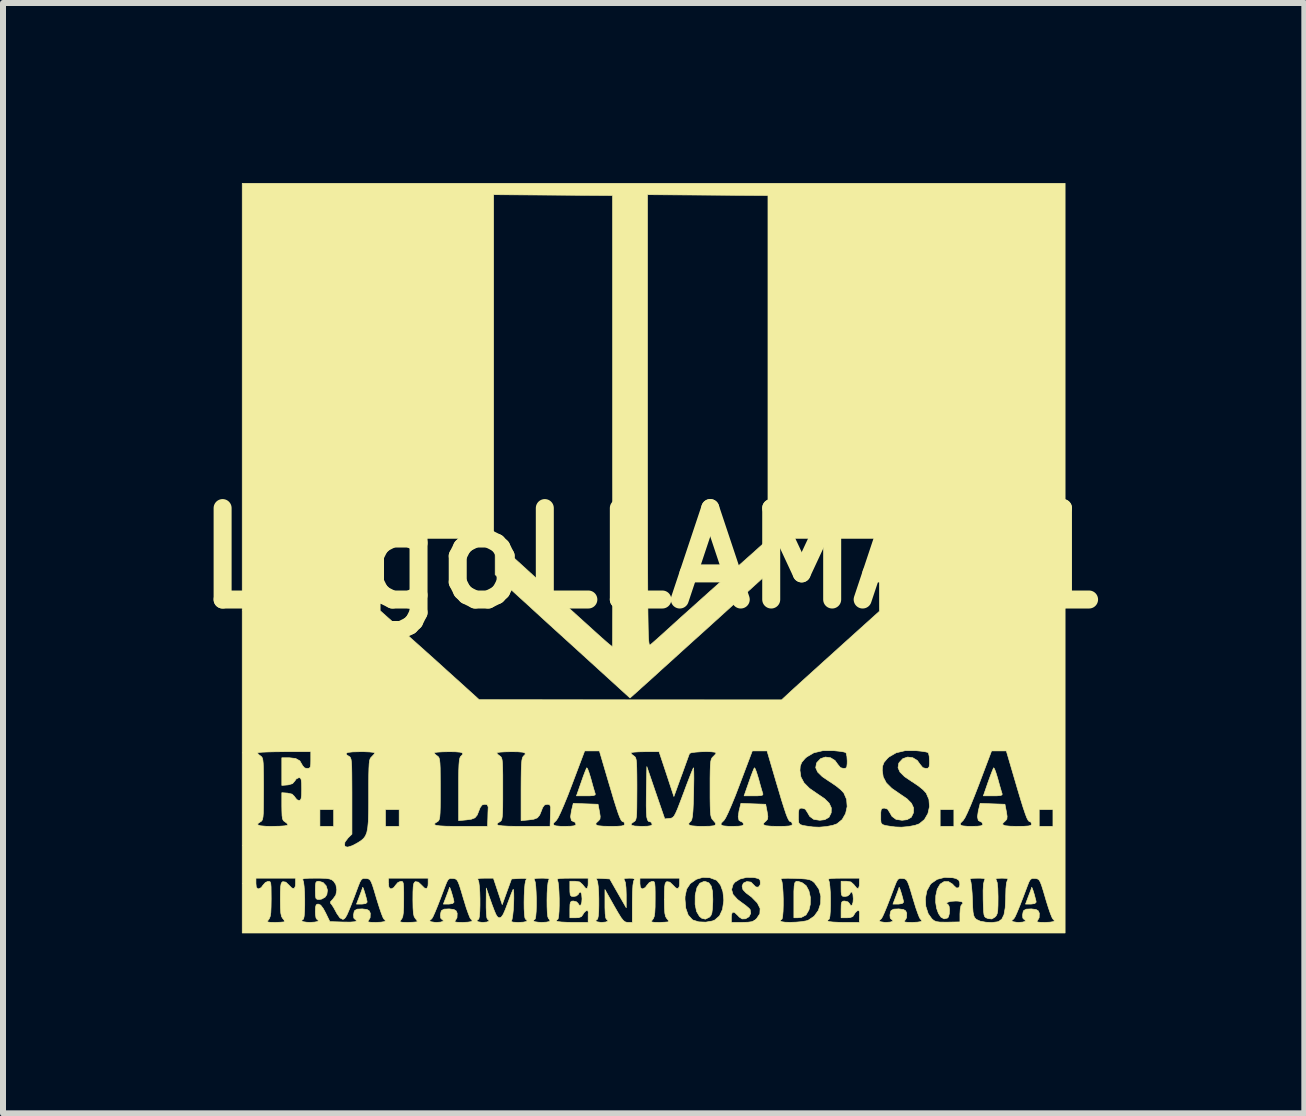
<source format=kicad_pcb>
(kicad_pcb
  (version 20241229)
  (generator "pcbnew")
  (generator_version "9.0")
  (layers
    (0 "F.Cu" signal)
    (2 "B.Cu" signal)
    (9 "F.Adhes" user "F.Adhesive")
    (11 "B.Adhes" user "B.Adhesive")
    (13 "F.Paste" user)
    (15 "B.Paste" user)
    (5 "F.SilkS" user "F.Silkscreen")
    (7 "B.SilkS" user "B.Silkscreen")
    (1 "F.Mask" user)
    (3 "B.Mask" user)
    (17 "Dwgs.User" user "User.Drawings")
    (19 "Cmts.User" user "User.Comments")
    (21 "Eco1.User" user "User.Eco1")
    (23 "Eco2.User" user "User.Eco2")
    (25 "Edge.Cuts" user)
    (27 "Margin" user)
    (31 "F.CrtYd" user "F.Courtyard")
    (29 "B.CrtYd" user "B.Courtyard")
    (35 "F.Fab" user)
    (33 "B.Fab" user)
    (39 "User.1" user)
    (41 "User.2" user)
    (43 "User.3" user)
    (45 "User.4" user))
  (footprint "LogoLLAMAS1"
    (layer "F.Cu")
    (at 7.845 6.253)
    (property "Reference" "LogoLLAMAS1" (at 0 0 0) (layer "F.SilkS") (effects (font (size 1.524 1.524) (thickness 0.3))))
    (attr through_hole)
    (fp_poly (pts (xy -4.842 5.497) (xy -4.827 5.54) (xy -4.808 5.602) (xy -4.79 5.666) (xy -4.778 5.716) (xy -4.776 5.734) (xy -4.798 5.757) (xy -4.861 5.766) (xy -4.864 5.766) (xy -4.953 5.766) (xy -4.902 5.632) (xy -4.874 5.557) (xy -4.855 5.504) (xy -4.85 5.486) (xy -4.842 5.497)) (stroke (width 0.01) (type solid)) (fill yes) (layer "F.SilkS"))
    (fp_poly (pts (xy -3.395 5.497) (xy -3.379 5.54) (xy -3.36 5.602) (xy -3.342 5.666) (xy -3.33 5.716) (xy -3.328 5.734) (xy -3.351 5.757) (xy -3.413 5.766) (xy -3.416 5.766) (xy -3.505 5.766) (xy -3.454 5.632) (xy -3.426 5.557) (xy -3.407 5.504) (xy -3.402 5.486) (xy -3.395 5.497)) (stroke (width 0.01) (type solid)) (fill yes) (layer "F.SilkS"))
    (fp_poly (pts (xy 4.098 5.497) (xy 4.114 5.54) (xy 4.133 5.602) (xy 4.151 5.666) (xy 4.163 5.716) (xy 4.165 5.734) (xy 4.142 5.757) (xy 4.08 5.766) (xy 4.077 5.766) (xy 3.988 5.766) (xy 4.039 5.632) (xy 4.067 5.557) (xy 4.086 5.504) (xy 4.091 5.486) (xy 4.098 5.497)) (stroke (width 0.01) (type solid)) (fill yes) (layer "F.SilkS"))
    (fp_poly (pts (xy 6.308 5.497) (xy 6.324 5.54) (xy 6.343 5.602) (xy 6.36 5.666) (xy 6.373 5.716) (xy 6.375 5.734) (xy 6.352 5.757) (xy 6.29 5.766) (xy 6.287 5.766) (xy 6.198 5.766) (xy 6.248 5.632) (xy 6.277 5.557) (xy 6.296 5.504) (xy 6.301 5.486) (xy 6.308 5.497)) (stroke (width 0.01) (type solid)) (fill yes) (layer "F.SilkS"))
    (fp_poly (pts (xy -5.509 5.407) (xy -5.459 5.461) (xy -5.437 5.533) (xy -5.447 5.607) (xy -5.476 5.65) (xy -5.532 5.682) (xy -5.577 5.69) (xy -5.611 5.686) (xy -5.63 5.668) (xy -5.637 5.623) (xy -5.639 5.539) (xy -5.639 5.537) (xy -5.637 5.453) (xy -5.63 5.407) (xy -5.612 5.388) (xy -5.579 5.385) (xy -5.509 5.407)) (stroke (width 0.01) (type solid)) (fill yes) (layer "F.SilkS"))
    (fp_poly (pts (xy 2.41 5.388) (xy 2.462 5.405) (xy 2.476 5.41) (xy 2.542 5.46) (xy 2.588 5.546) (xy 2.612 5.654) (xy 2.61 5.773) (xy 2.588 5.864) (xy 2.539 5.947) (xy 2.462 5.988) (xy 2.402 5.994) (xy 2.337 5.994) (xy 2.337 5.69) (xy 2.337 5.555) (xy 2.342 5.464) (xy 2.353 5.41) (xy 2.375 5.387) (xy 2.41 5.388)) (stroke (width 0.01) (type solid)) (fill yes) (layer "F.SilkS"))
    (fp_poly (pts (xy -1.102 3.51) (xy -1.081 3.564) (xy -1.055 3.647) (xy -1.044 3.684) (xy -1.017 3.783) (xy -0.993 3.866) (xy -0.977 3.918) (xy -0.974 3.925) (xy -0.975 3.946) (xy -1.004 3.957) (xy -1.07 3.962) (xy -1.124 3.962) (xy -1.287 3.962) (xy -1.208 3.736) (xy -1.173 3.636) (xy -1.142 3.555) (xy -1.121 3.505) (xy -1.115 3.494) (xy -1.102 3.51)) (stroke (width 0.01) (type solid)) (fill yes) (layer "F.SilkS"))
    (fp_poly (pts (xy 1.692 3.51) (xy 1.713 3.564) (xy 1.739 3.647) (xy 1.75 3.684) (xy 1.777 3.783) (xy 1.801 3.866) (xy 1.817 3.918) (xy 1.82 3.925) (xy 1.819 3.946) (xy 1.79 3.957) (xy 1.724 3.962) (xy 1.67 3.962) (xy 1.507 3.962) (xy 1.586 3.736) (xy 1.621 3.636) (xy 1.652 3.555) (xy 1.673 3.505) (xy 1.679 3.494) (xy 1.692 3.51)) (stroke (width 0.01) (type solid)) (fill yes) (layer "F.SilkS"))
    (fp_poly (pts (xy 5.68 3.51) (xy 5.701 3.564) (xy 5.727 3.647) (xy 5.738 3.684) (xy 5.765 3.783) (xy 5.789 3.866) (xy 5.805 3.918) (xy 5.808 3.925) (xy 5.807 3.946) (xy 5.778 3.957) (xy 5.712 3.962) (xy 5.658 3.962) (xy 5.495 3.962) (xy 5.573 3.736) (xy 5.609 3.636) (xy 5.64 3.555) (xy 5.661 3.505) (xy 5.667 3.494) (xy 5.68 3.51)) (stroke (width 0.01) (type solid)) (fill yes) (layer "F.SilkS"))
    (fp_poly (pts (xy 0.862 5.39) (xy 0.92 5.412) (xy 0.959 5.465) (xy 0.981 5.555) (xy 0.986 5.687) (xy 0.985 5.736) (xy 0.979 5.846) (xy 0.97 5.916) (xy 0.953 5.958) (xy 0.929 5.984) (xy 0.862 6.017) (xy 0.803 6.003) (xy 0.763 5.97) (xy 0.715 5.889) (xy 0.691 5.771) (xy 0.692 5.626) (xy 0.694 5.608) (xy 0.722 5.491) (xy 0.77 5.418) (xy 0.837 5.389) (xy 0.862 5.39)) (stroke (width 0.01) (type solid)) (fill yes) (layer "F.SilkS"))
    (fp_poly (pts (xy 6.858 6.248) (xy -6.858 6.248) (xy -6.858 5.334) (xy -6.629 5.334) (xy -6.629 5.423) (xy -6.623 5.485) (xy -6.599 5.51) (xy -6.585 5.512) (xy -6.541 5.491) (xy -6.515 5.455) (xy -6.473 5.407) (xy -6.433 5.389) (xy -6.408 5.388) (xy -6.392 5.396) (xy -6.382 5.423) (xy -6.377 5.478) (xy -6.376 5.567) (xy -6.375 5.679) (xy -6.377 5.814) (xy -6.381 5.908) (xy -6.391 5.97) (xy -6.406 6.008) (xy -6.417 6.024) (xy -6.437 6.05) (xy -6.433 6.063) (xy -6.396 6.069) (xy -6.318 6.071) (xy -6.303 6.071) (xy -6.222 6.068) (xy -6.165 6.063) (xy -6.147 6.056) (xy -6.153 6.045) (xy -5.867 6.045) (xy -5.844 6.059) (xy -5.785 6.068) (xy -5.728 6.071) (xy -5.651 6.066) (xy -5.6 6.056) (xy -5.588 6.045) (xy -5.607 6.021) (xy -5.613 6.02) (xy -5.628 5.997) (xy -5.637 5.939) (xy -5.639 5.893) (xy -5.636 5.817) (xy -5.625 5.778) (xy -5.6 5.766) (xy -5.589 5.766) (xy -5.55 5.783) (xy -5.507 5.84) (xy -5.468 5.912) (xy -5.397 6.058) (xy -5.175 6.065) (xy -5.058 6.066) (xy -4.983 6.06) (xy -4.953 6.048) (xy -4.953 6.046) (xy -4.972 6.021) (xy -4.978 6.02) (xy -4.998 5.999) (xy -5.003 5.95) (xy -4.993 5.896) (xy -4.982 5.872) (xy -4.939 5.85) (xy -4.855 5.846) (xy -4.85 5.847) (xy -4.778 5.856) (xy -4.741 5.878) (xy -4.723 5.918) (xy -4.726 5.993) (xy -4.745 6.026) (xy -4.762 6.05) (xy -4.755 6.064) (xy -4.714 6.069) (xy -4.632 6.071) (xy -4.627 6.071) (xy -4.545 6.067) (xy -4.489 6.058) (xy -4.47 6.047) (xy -4.49 6.018) (xy -4.496 6.016) (xy -4.512 5.989) (xy -4.538 5.923) (xy -4.571 5.827) (xy -4.608 5.709) (xy -4.618 5.677) (xy -4.657 5.545) (xy -4.686 5.453) (xy -4.709 5.395) (xy -4.73 5.362) (xy -4.753 5.346) (xy -4.783 5.34) (xy -4.793 5.339) (xy -4.839 5.338) (xy -4.869 5.354) (xy -4.895 5.397) (xy -4.924 5.469) (xy -4.99 5.646) (xy -5.042 5.78) (xy -5.082 5.878) (xy -5.112 5.946) (xy -5.136 5.988) (xy -5.155 6.01) (xy -5.174 6.019) (xy -5.183 6.02) (xy -5.229 5.996) (xy -5.28 5.923) (xy -5.295 5.895) (xy -5.335 5.822) (xy -5.37 5.769) (xy -5.385 5.753) (xy -5.387 5.728) (xy -5.35 5.688) (xy -5.348 5.686) (xy -5.298 5.617) (xy -5.281 5.529) (xy -5.297 5.441) (xy -5.334 5.385) (xy -5.365 5.361) (xy -5.406 5.346) (xy -5.469 5.337) (xy -5.566 5.334) (xy -5.631 5.334) (xy -4.42 5.334) (xy -4.42 5.423) (xy -4.413 5.485) (xy -4.39 5.51) (xy -4.375 5.512) (xy -4.331 5.491) (xy -4.305 5.455) (xy -4.264 5.407) (xy -4.223 5.389) (xy -4.198 5.388) (xy -4.182 5.396) (xy -4.173 5.423) (xy -4.168 5.478) (xy -4.166 5.567) (xy -4.166 5.679) (xy -4.167 5.814) (xy -4.172 5.908) (xy -4.181 5.97) (xy -4.196 6.008) (xy -4.208 6.024) (xy -4.228 6.05) (xy -4.223 6.063) (xy -4.186 6.069) (xy -4.108 6.071) (xy -4.093 6.071) (xy -4.012 6.068) (xy -3.955 6.063) (xy -3.937 6.056) (xy -3.943 6.045) (xy -3.734 6.045) (xy -3.711 6.06) (xy -3.654 6.069) (xy -3.619 6.071) (xy -3.551 6.066) (xy -3.51 6.053) (xy -3.505 6.045) (xy -3.525 6.021) (xy -3.531 6.02) (xy -3.55 5.999) (xy -3.555 5.95) (xy -3.545 5.896) (xy -3.534 5.872) (xy -3.491 5.85) (xy -3.407 5.846) (xy -3.402 5.847) (xy -3.33 5.856) (xy -3.293 5.878) (xy -3.275 5.918) (xy -3.278 5.993) (xy -3.297 6.026) (xy -3.314 6.05) (xy -3.307 6.064) (xy -3.267 6.069) (xy -3.185 6.071) (xy -3.179 6.071) (xy -3.097 6.067) (xy -3.041 6.058) (xy -3.023 6.047) (xy -3.024 6.045) (xy -2.946 6.045) (xy -2.924 6.061) (xy -2.868 6.07) (xy -2.845 6.071) (xy -2.781 6.065) (xy -2.746 6.051) (xy -2.743 6.045) (xy -2.763 6.021) (xy -2.769 6.02) (xy -2.78 5.996) (xy -2.788 5.927) (xy -2.792 5.822) (xy -2.792 5.759) (xy -2.79 5.499) (xy -2.742 5.639) (xy -2.693 5.777) (xy -2.656 5.875) (xy -2.629 5.938) (xy -2.607 5.974) (xy -2.586 5.991) (xy -2.566 5.994) (xy -2.539 5.981) (xy -2.508 5.937) (xy -2.472 5.855) (xy -2.441 5.772) (xy -2.403 5.671) (xy -2.371 5.587) (xy -2.348 5.533) (xy -2.342 5.52) (xy -2.336 5.531) (xy -2.332 5.584) (xy -2.331 5.669) (xy -2.333 5.749) (xy -2.339 5.861) (xy -2.349 5.955) (xy -2.36 6.019) (xy -2.368 6.039) (xy -2.372 6.057) (xy -2.342 6.067) (xy -2.269 6.071) (xy -2.251 6.071) (xy -2.174 6.067) (xy -2.122 6.056) (xy -2.108 6.045) (xy -2.007 6.045) (xy -1.984 6.059) (xy -1.924 6.068) (xy -1.867 6.071) (xy -1.79 6.067) (xy -1.74 6.057) (xy -1.727 6.047) (xy -1.728 6.045) (xy -1.626 6.045) (xy -1.601 6.057) (xy -1.533 6.065) (xy -1.428 6.07) (xy -1.359 6.071) (xy -1.092 6.071) (xy -1.092 6.045) (xy -0.965 6.045) (xy -0.943 6.061) (xy -0.886 6.07) (xy -0.864 6.071) (xy -0.8 6.065) (xy -0.765 6.051) (xy -0.762 6.045) (xy -0.781 6.021) (xy -0.787 6.02) (xy -0.799 5.996) (xy -0.808 5.928) (xy -0.812 5.825) (xy -0.812 5.772) (xy -0.812 5.524) (xy -0.658 5.798) (xy -0.592 5.912) (xy -0.544 5.99) (xy -0.507 6.037) (xy -0.477 6.061) (xy -0.446 6.07) (xy -0.429 6.071) (xy -0.356 6.071) (xy -0.356 5.733) (xy -0.353 5.568) (xy -0.346 5.452) (xy -0.335 5.384) (xy -0.325 5.364) (xy -0.317 5.345) (xy -0.346 5.336) (xy -0.406 5.334) (xy -0.229 5.334) (xy -0.229 5.423) (xy -0.222 5.485) (xy -0.199 5.51) (xy -0.184 5.512) (xy -0.14 5.491) (xy -0.114 5.455) (xy -0.073 5.407) (xy -0.032 5.389) (xy -0.007 5.388) (xy 0.009 5.396) (xy 0.018 5.423) (xy 0.023 5.478) (xy 0.025 5.567) (xy 0.025 5.679) (xy 0.024 5.814) (xy 0.019 5.908) (xy 0.01 5.97) (xy -0.005 6.008) (xy -0.017 6.024) (xy -0.037 6.05) (xy -0.032 6.063) (xy 0.005 6.069) (xy 0.083 6.071) (xy 0.098 6.071) (xy 0.179 6.068) (xy 0.236 6.063) (xy 0.254 6.056) (xy 0.238 6.029) (xy 0.216 6.003) (xy 0.198 5.972) (xy 0.186 5.917) (xy 0.18 5.828) (xy 0.178 5.698) (xy 0.178 5.687) (xy 0.178 5.684) (xy 0.522 5.684) (xy 0.535 5.834) (xy 0.576 5.949) (xy 0.643 6.024) (xy 0.658 6.033) (xy 0.752 6.062) (xy 0.867 6.067) (xy 0.977 6.048) (xy 1.019 6.031) (xy 1.075 5.982) (xy 1.295 5.982) (xy 1.295 6.071) (xy 1.474 6.071) (xy 1.573 6.068) (xy 1.637 6.059) (xy 1.666 6.045) (xy 2.108 6.045) (xy 2.131 6.059) (xy 2.191 6.068) (xy 2.276 6.07) (xy 2.371 6.067) (xy 2.463 6.059) (xy 2.54 6.046) (xy 2.543 6.045) (xy 2.896 6.045) (xy 2.92 6.057) (xy 2.988 6.065) (xy 3.093 6.07) (xy 3.162 6.071) (xy 3.429 6.071) (xy 3.429 6.045) (xy 3.759 6.045) (xy 3.782 6.06) (xy 3.839 6.069) (xy 3.873 6.071) (xy 3.942 6.066) (xy 3.983 6.053) (xy 3.988 6.045) (xy 3.968 6.021) (xy 3.962 6.02) (xy 3.943 5.999) (xy 3.938 5.95) (xy 3.948 5.896) (xy 3.959 5.872) (xy 4.002 5.85) (xy 4.086 5.846) (xy 4.091 5.847) (xy 4.163 5.856) (xy 4.2 5.878) (xy 4.218 5.918) (xy 4.215 5.993) (xy 4.196 6.026) (xy 4.179 6.05) (xy 4.186 6.064) (xy 4.226 6.069) (xy 4.308 6.071) (xy 4.314 6.071) (xy 4.396 6.067) (xy 4.452 6.058) (xy 4.47 6.047) (xy 4.451 6.018) (xy 4.445 6.016) (xy 4.429 5.989) (xy 4.403 5.923) (xy 4.369 5.827) (xy 4.333 5.709) (xy 4.323 5.677) (xy 4.321 5.67) (xy 4.529 5.67) (xy 4.536 5.803) (xy 4.576 5.926) (xy 4.636 6.01) (xy 4.672 6.041) (xy 4.712 6.058) (xy 4.771 6.066) (xy 4.863 6.067) (xy 4.901 6.067) (xy 5.105 6.063) (xy 5.105 5.929) (xy 5.11 5.85) (xy 5.121 5.794) (xy 5.131 5.779) (xy 5.157 5.75) (xy 5.137 5.728) (xy 5.074 5.716) (xy 5.031 5.715) (xy 4.955 5.72) (xy 4.902 5.734) (xy 4.88 5.751) (xy 4.9 5.769) (xy 4.905 5.771) (xy 4.924 5.801) (xy 4.932 5.859) (xy 4.928 5.926) (xy 4.913 5.98) (xy 4.898 5.998) (xy 4.841 6.012) (xy 4.789 5.984) (xy 4.747 5.923) (xy 4.716 5.837) (xy 4.7 5.736) (xy 4.702 5.627) (xy 4.726 5.519) (xy 4.727 5.515) (xy 4.775 5.433) (xy 4.841 5.391) (xy 4.914 5.391) (xy 4.983 5.434) (xy 5 5.455) (xy 5.048 5.498) (xy 5.085 5.494) (xy 5.103 5.449) (xy 5.101 5.407) (xy 5.084 5.366) (xy 5.076 5.361) (xy 5.274 5.361) (xy 5.278 5.366) (xy 5.289 5.403) (xy 5.299 5.479) (xy 5.308 5.583) (xy 5.313 5.686) (xy 5.317 5.812) (xy 5.323 5.897) (xy 5.333 5.952) (xy 5.348 5.988) (xy 5.371 6.014) (xy 5.381 6.022) (xy 5.444 6.051) (xy 5.537 6.068) (xy 5.638 6.073) (xy 5.727 6.062) (xy 5.752 6.055) (xy 5.765 6.045) (xy 5.969 6.045) (xy 5.992 6.06) (xy 6.049 6.069) (xy 6.083 6.071) (xy 6.151 6.066) (xy 6.192 6.053) (xy 6.198 6.045) (xy 6.178 6.021) (xy 6.172 6.02) (xy 6.153 5.999) (xy 6.148 5.95) (xy 6.158 5.896) (xy 6.169 5.872) (xy 6.212 5.85) (xy 6.296 5.846) (xy 6.301 5.847) (xy 6.373 5.856) (xy 6.41 5.878) (xy 6.428 5.918) (xy 6.425 5.993) (xy 6.406 6.026) (xy 6.389 6.05) (xy 6.396 6.064) (xy 6.436 6.069) (xy 6.518 6.071) (xy 6.524 6.071) (xy 6.605 6.067) (xy 6.662 6.058) (xy 6.68 6.047) (xy 6.661 6.018) (xy 6.655 6.016) (xy 6.639 5.989) (xy 6.612 5.923) (xy 6.579 5.827) (xy 6.542 5.709) (xy 6.533 5.677) (xy 6.494 5.545) (xy 6.465 5.453) (xy 6.442 5.395) (xy 6.421 5.362) (xy 6.397 5.346) (xy 6.368 5.34) (xy 6.357 5.339) (xy 6.312 5.338) (xy 6.281 5.354) (xy 6.255 5.397) (xy 6.227 5.469) (xy 6.156 5.657) (xy 6.1 5.801) (xy 6.057 5.905) (xy 6.026 5.974) (xy 6.004 6.01) (xy 5.993 6.02) (xy 5.97 6.039) (xy 5.969 6.045) (xy 5.765 6.045) (xy 5.803 6.016) (xy 5.839 5.942) (xy 5.859 5.829) (xy 5.867 5.671) (xy 5.867 5.645) (xy 5.871 5.509) (xy 5.88 5.415) (xy 5.896 5.367) (xy 5.898 5.364) (xy 5.906 5.346) (xy 5.877 5.337) (xy 5.804 5.334) (xy 5.804 5.334) (xy 5.731 5.337) (xy 5.702 5.346) (xy 5.71 5.364) (xy 5.71 5.364) (xy 5.726 5.408) (xy 5.736 5.5) (xy 5.74 5.637) (xy 5.74 5.665) (xy 5.739 5.788) (xy 5.735 5.871) (xy 5.726 5.924) (xy 5.71 5.959) (xy 5.689 5.982) (xy 5.637 6.014) (xy 5.577 6.008) (xy 5.568 6.005) (xy 5.538 5.993) (xy 5.518 5.976) (xy 5.506 5.944) (xy 5.499 5.888) (xy 5.495 5.799) (xy 5.492 5.693) (xy 5.491 5.538) (xy 5.497 5.432) (xy 5.511 5.375) (xy 5.514 5.369) (xy 5.523 5.349) (xy 5.502 5.339) (xy 5.443 5.334) (xy 5.397 5.334) (xy 5.316 5.336) (xy 5.277 5.345) (xy 5.274 5.361) (xy 5.076 5.361) (xy 5.04 5.34) (xy 4.986 5.327) (xy 4.85 5.321) (xy 4.726 5.353) (xy 4.627 5.421) (xy 4.613 5.436) (xy 4.554 5.543) (xy 4.529 5.67) (xy 4.321 5.67) (xy 4.284 5.545) (xy 4.255 5.453) (xy 4.232 5.395) (xy 4.211 5.362) (xy 4.188 5.346) (xy 4.158 5.34) (xy 4.148 5.339) (xy 4.102 5.338) (xy 4.071 5.354) (xy 4.046 5.397) (xy 4.017 5.469) (xy 3.946 5.657) (xy 3.89 5.801) (xy 3.847 5.905) (xy 3.816 5.974) (xy 3.795 6.01) (xy 3.783 6.02) (xy 3.76 6.039) (xy 3.759 6.045) (xy 3.429 6.045) (xy 3.429 5.994) (xy 3.43 5.934) (xy 3.431 5.9) (xy 3.421 5.873) (xy 3.392 5.879) (xy 3.359 5.911) (xy 3.349 5.929) (xy 3.319 5.974) (xy 3.27 5.992) (xy 3.222 5.994) (xy 3.124 5.994) (xy 3.124 5.855) (xy 3.126 5.775) (xy 3.135 5.733) (xy 3.156 5.717) (xy 3.185 5.715) (xy 3.238 5.729) (xy 3.26 5.753) (xy 3.285 5.79) (xy 3.307 5.783) (xy 3.323 5.736) (xy 3.327 5.677) (xy 3.321 5.603) (xy 3.305 5.565) (xy 3.284 5.57) (xy 3.267 5.601) (xy 3.234 5.63) (xy 3.188 5.639) (xy 3.15 5.635) (xy 3.131 5.614) (xy 3.125 5.564) (xy 3.124 5.512) (xy 3.124 5.385) (xy 3.213 5.385) (xy 3.288 5.397) (xy 3.338 5.442) (xy 3.342 5.448) (xy 3.385 5.5) (xy 3.414 5.504) (xy 3.428 5.459) (xy 3.429 5.423) (xy 3.429 5.334) (xy 3.157 5.334) (xy 3.035 5.335) (xy 2.957 5.339) (xy 2.918 5.347) (xy 2.912 5.36) (xy 2.916 5.364) (xy 2.928 5.4) (xy 2.937 5.471) (xy 2.944 5.567) (xy 2.947 5.676) (xy 2.947 5.787) (xy 2.944 5.887) (xy 2.938 5.966) (xy 2.928 6.013) (xy 2.921 6.02) (xy 2.896 6.039) (xy 2.896 6.045) (xy 2.543 6.045) (xy 2.575 6.036) (xy 2.675 5.968) (xy 2.745 5.871) (xy 2.783 5.755) (xy 2.786 5.632) (xy 2.753 5.514) (xy 2.682 5.413) (xy 2.677 5.408) (xy 2.642 5.379) (xy 2.602 5.361) (xy 2.544 5.349) (xy 2.457 5.342) (xy 2.354 5.338) (xy 2.237 5.335) (xy 2.163 5.337) (xy 2.127 5.343) (xy 2.122 5.355) (xy 2.127 5.362) (xy 2.14 5.398) (xy 2.149 5.47) (xy 2.156 5.567) (xy 2.16 5.676) (xy 2.16 5.786) (xy 2.157 5.887) (xy 2.15 5.966) (xy 2.141 6.013) (xy 2.134 6.02) (xy 2.109 6.039) (xy 2.108 6.045) (xy 1.666 6.045) (xy 1.681 6.038) (xy 1.716 6.008) (xy 1.77 5.926) (xy 1.774 5.839) (xy 1.728 5.747) (xy 1.632 5.649) (xy 1.539 5.579) (xy 1.488 5.525) (xy 1.474 5.466) (xy 1.496 5.416) (xy 1.553 5.39) (xy 1.555 5.39) (xy 1.622 5.4) (xy 1.656 5.434) (xy 1.702 5.48) (xy 1.745 5.484) (xy 1.774 5.447) (xy 1.778 5.413) (xy 1.773 5.366) (xy 1.749 5.342) (xy 1.692 5.327) (xy 1.668 5.323) (xy 1.547 5.321) (xy 1.438 5.349) (xy 1.354 5.401) (xy 1.323 5.44) (xy 1.299 5.524) (xy 1.323 5.606) (xy 1.397 5.688) (xy 1.461 5.736) (xy 1.533 5.788) (xy 1.587 5.834) (xy 1.608 5.857) (xy 1.618 5.92) (xy 1.589 5.977) (xy 1.531 6.011) (xy 1.474 6.013) (xy 1.425 5.981) (xy 1.407 5.96) (xy 1.351 5.907) (xy 1.315 5.899) (xy 1.298 5.939) (xy 1.295 5.982) (xy 1.075 5.982) (xy 1.097 5.963) (xy 1.147 5.855) (xy 1.168 5.714) (xy 1.168 5.688) (xy 1.154 5.558) (xy 1.115 5.45) (xy 1.056 5.375) (xy 1.043 5.366) (xy 0.936 5.326) (xy 0.818 5.321) (xy 0.713 5.352) (xy 0.61 5.424) (xy 0.549 5.517) (xy 0.523 5.64) (xy 0.522 5.684) (xy 0.178 5.684) (xy 0.179 5.562) (xy 0.183 5.479) (xy 0.191 5.428) (xy 0.205 5.402) (xy 0.22 5.392) (xy 0.269 5.4) (xy 0.316 5.444) (xy 0.371 5.499) (xy 0.409 5.506) (xy 0.429 5.467) (xy 0.432 5.423) (xy 0.432 5.334) (xy -0.229 5.334) (xy -0.406 5.334) (xy -0.474 5.337) (xy -0.497 5.347) (xy -0.488 5.364) (xy -0.471 5.408) (xy -0.461 5.494) (xy -0.457 5.611) (xy -0.457 5.827) (xy -0.595 5.587) (xy -0.732 5.347) (xy -0.855 5.339) (xy -0.927 5.336) (xy -0.955 5.343) (xy -0.949 5.36) (xy -0.946 5.363) (xy -0.934 5.399) (xy -0.924 5.47) (xy -0.917 5.567) (xy -0.914 5.676) (xy -0.914 5.786) (xy -0.916 5.887) (xy -0.923 5.966) (xy -0.933 6.013) (xy -0.94 6.02) (xy -0.964 6.039) (xy -0.965 6.045) (xy -1.092 6.045) (xy -1.092 5.994) (xy -1.092 5.934) (xy -1.09 5.9) (xy -1.1 5.873) (xy -1.129 5.879) (xy -1.162 5.911) (xy -1.172 5.929) (xy -1.203 5.974) (xy -1.251 5.992) (xy -1.299 5.994) (xy -1.397 5.994) (xy -1.397 5.855) (xy -1.395 5.775) (xy -1.386 5.733) (xy -1.365 5.717) (xy -1.336 5.715) (xy -1.284 5.729) (xy -1.261 5.753) (xy -1.236 5.79) (xy -1.214 5.783) (xy -1.198 5.736) (xy -1.194 5.677) (xy -1.2 5.603) (xy -1.216 5.565) (xy -1.238 5.57) (xy -1.254 5.601) (xy -1.288 5.63) (xy -1.333 5.639) (xy -1.371 5.635) (xy -1.39 5.614) (xy -1.396 5.564) (xy -1.397 5.512) (xy -1.397 5.385) (xy -1.309 5.385) (xy -1.233 5.397) (xy -1.183 5.442) (xy -1.179 5.448) (xy -1.136 5.5) (xy -1.107 5.504) (xy -1.094 5.459) (xy -1.092 5.423) (xy -1.092 5.334) (xy -1.364 5.334) (xy -1.486 5.335) (xy -1.564 5.339) (xy -1.603 5.347) (xy -1.609 5.36) (xy -1.605 5.364) (xy -1.593 5.4) (xy -1.584 5.471) (xy -1.578 5.567) (xy -1.574 5.676) (xy -1.574 5.787) (xy -1.577 5.887) (xy -1.584 5.966) (xy -1.593 6.013) (xy -1.6 6.02) (xy -1.625 6.039) (xy -1.626 6.045) (xy -1.728 6.045) (xy -1.746 6.012) (xy -1.753 6.007) (xy -1.765 5.975) (xy -1.773 5.905) (xy -1.777 5.809) (xy -1.778 5.699) (xy -1.776 5.587) (xy -1.77 5.486) (xy -1.761 5.409) (xy -1.749 5.367) (xy -1.748 5.364) (xy -1.741 5.347) (xy -1.77 5.338) (xy -1.84 5.334) (xy -1.867 5.334) (xy -1.95 5.336) (xy -1.989 5.344) (xy -1.991 5.359) (xy -1.986 5.364) (xy -1.974 5.4) (xy -1.965 5.471) (xy -1.959 5.567) (xy -1.955 5.676) (xy -1.955 5.787) (xy -1.958 5.887) (xy -1.965 5.966) (xy -1.974 6.013) (xy -1.981 6.02) (xy -2.006 6.039) (xy -2.007 6.045) (xy -2.108 6.045) (xy -2.128 6.021) (xy -2.134 6.02) (xy -2.146 5.996) (xy -2.154 5.934) (xy -2.159 5.843) (xy -2.16 5.737) (xy -2.158 5.625) (xy -2.153 5.521) (xy -2.145 5.434) (xy -2.134 5.377) (xy -2.127 5.363) (xy -2.118 5.345) (xy -2.143 5.337) (xy -2.208 5.338) (xy -2.232 5.339) (xy -2.369 5.347) (xy -2.447 5.561) (xy -2.524 5.775) (xy -2.671 5.334) (xy -2.814 5.334) (xy -2.894 5.336) (xy -2.93 5.344) (xy -2.93 5.36) (xy -2.926 5.364) (xy -2.914 5.4) (xy -2.905 5.471) (xy -2.898 5.567) (xy -2.895 5.676) (xy -2.895 5.787) (xy -2.898 5.887) (xy -2.904 5.966) (xy -2.914 6.013) (xy -2.921 6.02) (xy -2.946 6.039) (xy -2.946 6.045) (xy -3.024 6.045) (xy -3.042 6.018) (xy -3.048 6.016) (xy -3.064 5.989) (xy -3.09 5.923) (xy -3.124 5.827) (xy -3.16 5.709) (xy -3.17 5.677) (xy -3.209 5.545) (xy -3.238 5.453) (xy -3.261 5.395) (xy -3.282 5.362) (xy -3.305 5.346) (xy -3.335 5.34) (xy -3.345 5.339) (xy -3.391 5.338) (xy -3.422 5.354) (xy -3.447 5.397) (xy -3.476 5.469) (xy -3.547 5.657) (xy -3.603 5.801) (xy -3.646 5.905) (xy -3.677 5.974) (xy -3.698 6.01) (xy -3.71 6.02) (xy -3.733 6.039) (xy -3.734 6.045) (xy -3.943 6.045) (xy -3.953 6.029) (xy -3.975 6.003) (xy -3.993 5.972) (xy -4.005 5.917) (xy -4.011 5.828) (xy -4.013 5.698) (xy -4.013 5.687) (xy -4.012 5.562) (xy -4.008 5.479) (xy -4 5.428) (xy -3.986 5.402) (xy -3.971 5.392) (xy -3.922 5.4) (xy -3.875 5.444) (xy -3.82 5.499) (xy -3.782 5.506) (xy -3.762 5.467) (xy -3.759 5.423) (xy -3.759 5.334) (xy -4.42 5.334) (xy -5.631 5.334) (xy -5.746 5.335) (xy -5.817 5.34) (xy -5.849 5.349) (xy -5.849 5.362) (xy -5.847 5.364) (xy -5.835 5.4) (xy -5.826 5.471) (xy -5.819 5.567) (xy -5.816 5.676) (xy -5.816 5.787) (xy -5.819 5.887) (xy -5.825 5.966) (xy -5.835 6.013) (xy -5.842 6.02) (xy -5.867 6.039) (xy -5.867 6.045) (xy -6.153 6.045) (xy -6.163 6.029) (xy -6.185 6.003) (xy -6.203 5.972) (xy -6.215 5.917) (xy -6.221 5.828) (xy -6.223 5.698) (xy -6.223 5.687) (xy -6.222 5.562) (xy -6.218 5.479) (xy -6.21 5.428) (xy -6.196 5.402) (xy -6.181 5.392) (xy -6.131 5.4) (xy -6.085 5.444) (xy -6.03 5.499) (xy -5.992 5.506) (xy -5.972 5.467) (xy -5.969 5.423) (xy -5.969 5.334) (xy -6.629 5.334) (xy -6.858 5.334) (xy -6.858 4.789) (xy -5.152 4.789) (xy -5.139 4.809) (xy -5.098 4.816) (xy -5.025 4.793) (xy -4.931 4.743) (xy -4.877 4.708) (xy -4.835 4.672) (xy -4.804 4.629) (xy -4.781 4.572) (xy -4.766 4.494) (xy -4.756 4.388) (xy -4.752 4.249) (xy -4.751 4.191) (xy -4.47 4.191) (xy -4.47 4.47) (xy -4.242 4.47) (xy -4.242 4.191) (xy -4.47 4.191) (xy -4.751 4.191) (xy -4.75 4.07) (xy -4.75 3.943) (xy -4.75 3.754) (xy -4.749 3.61) (xy -4.746 3.503) (xy -4.742 3.428) (xy -4.736 3.377) (xy -4.726 3.344) (xy -4.713 3.323) (xy -4.699 3.309) (xy -4.661 3.269) (xy -4.648 3.246) (xy -4.649 3.245) (xy -3.658 3.245) (xy -3.639 3.272) (xy -3.607 3.296) (xy -3.59 3.309) (xy -3.577 3.329) (xy -3.568 3.363) (xy -3.562 3.418) (xy -3.558 3.499) (xy -3.557 3.615) (xy -3.556 3.773) (xy -3.556 3.847) (xy -3.556 4.023) (xy -3.557 4.154) (xy -3.56 4.248) (xy -3.565 4.312) (xy -3.573 4.352) (xy -3.584 4.376) (xy -3.599 4.39) (xy -3.607 4.394) (xy -3.646 4.419) (xy -3.654 4.439) (xy -3.628 4.453) (xy -3.565 4.462) (xy -3.459 4.468) (xy -3.309 4.47) (xy -3.213 4.47) (xy -2.769 4.47) (xy -2.764 4.331) (xy -2.762 4.244) (xy -2.759 4.173) (xy -2.758 4.147) (xy -2.775 4.11) (xy -2.815 4.102) (xy -2.86 4.114) (xy -2.892 4.158) (xy -2.909 4.201) (xy -2.941 4.282) (xy -2.979 4.328) (xy -3.038 4.351) (xy -3.123 4.363) (xy -3.251 4.375) (xy -3.251 3.854) (xy -3.251 3.674) (xy -3.249 3.537) (xy -3.245 3.439) (xy -3.239 3.372) (xy -3.23 3.33) (xy -3.218 3.306) (xy -3.213 3.302) (xy -3.182 3.27) (xy -3.185 3.248) (xy -3.192 3.245) (xy -2.616 3.245) (xy -2.597 3.272) (xy -2.565 3.296) (xy -2.548 3.309) (xy -2.535 3.329) (xy -2.526 3.363) (xy -2.52 3.418) (xy -2.517 3.499) (xy -2.515 3.615) (xy -2.515 3.773) (xy -2.515 3.847) (xy -2.515 4.023) (xy -2.516 4.154) (xy -2.519 4.248) (xy -2.524 4.312) (xy -2.531 4.352) (xy -2.542 4.376) (xy -2.558 4.39) (xy -2.565 4.394) (xy -2.604 4.419) (xy -2.613 4.439) (xy -2.587 4.453) (xy -2.523 4.462) (xy -2.418 4.468) (xy -2.267 4.47) (xy -2.172 4.47) (xy -1.727 4.47) (xy -1.726 4.445) (xy -1.671 4.445) (xy -1.632 4.462) (xy -1.546 4.47) (xy -1.486 4.47) (xy -1.385 4.468) (xy -1.326 4.461) (xy -1.3 4.447) (xy -1.295 4.432) (xy -1.314 4.399) (xy -1.331 4.394) (xy -1.371 4.373) (xy -1.385 4.311) (xy -1.371 4.212) (xy -1.368 4.201) (xy -1.34 4.087) (xy -1.133 4.095) (xy -0.927 4.102) (xy -0.903 4.226) (xy -0.891 4.304) (xy -0.895 4.349) (xy -0.917 4.377) (xy -0.922 4.381) (xy -0.962 4.418) (xy -0.962 4.443) (xy -0.921 4.46) (xy -0.835 4.468) (xy -0.724 4.47) (xy -0.609 4.469) (xy -0.536 4.464) (xy -0.497 4.454) (xy -0.483 4.438) (xy -0.483 4.432) (xy -0.496 4.398) (xy -0.507 4.394) (xy -0.524 4.389) (xy -0.542 4.368) (xy -0.562 4.328) (xy -0.588 4.262) (xy -0.62 4.166) (xy -0.662 4.034) (xy -0.713 3.861) (xy -0.746 3.752) (xy -0.895 3.245) (xy -0.381 3.245) (xy -0.362 3.272) (xy -0.33 3.296) (xy -0.313 3.309) (xy -0.3 3.329) (xy -0.291 3.363) (xy -0.285 3.418) (xy -0.282 3.499) (xy -0.28 3.615) (xy -0.279 3.773) (xy -0.279 3.847) (xy -0.28 4.023) (xy -0.281 4.154) (xy -0.283 4.248) (xy -0.288 4.312) (xy -0.296 4.352) (xy -0.307 4.376) (xy -0.322 4.39) (xy -0.33 4.394) (xy -0.375 4.427) (xy -0.37 4.451) (xy -0.315 4.465) (xy -0.211 4.47) (xy -0.203 4.47) (xy -0.107 4.468) (xy -0.051 4.46) (xy -0.028 4.444) (xy -0.025 4.432) (xy -0.045 4.399) (xy -0.063 4.394) (xy -0.086 4.388) (xy -0.103 4.363) (xy -0.115 4.316) (xy -0.121 4.239) (xy -0.124 4.126) (xy -0.123 3.972) (xy -0.122 3.877) (xy -0.114 3.474) (xy 0.035 3.91) (xy 0.185 4.346) (xy 0.264 4.338) (xy 0.293 4.334) (xy 0.317 4.323) (xy 0.34 4.298) (xy 0.365 4.253) (xy 0.397 4.181) (xy 0.438 4.075) (xy 0.493 3.929) (xy 0.497 3.919) (xy 0.547 3.784) (xy 0.593 3.665) (xy 0.629 3.572) (xy 0.654 3.513) (xy 0.663 3.494) (xy 0.667 3.513) (xy 0.669 3.576) (xy 0.67 3.674) (xy 0.668 3.798) (xy 0.666 3.918) (xy 0.661 4.088) (xy 0.655 4.214) (xy 0.647 4.3) (xy 0.636 4.354) (xy 0.623 4.382) (xy 0.62 4.384) (xy 0.585 4.42) (xy 0.589 4.446) (xy 0.636 4.461) (xy 0.728 4.469) (xy 0.813 4.47) (xy 0.931 4.468) (xy 1.003 4.46) (xy 1.031 4.445) (xy 1.123 4.445) (xy 1.162 4.462) (xy 1.248 4.47) (xy 1.308 4.47) (xy 1.409 4.468) (xy 1.468 4.461) (xy 1.494 4.447) (xy 1.499 4.432) (xy 1.48 4.399) (xy 1.463 4.394) (xy 1.423 4.373) (xy 1.409 4.311) (xy 1.423 4.212) (xy 1.426 4.201) (xy 1.454 4.087) (xy 1.661 4.095) (xy 1.867 4.102) (xy 1.891 4.226) (xy 1.903 4.304) (xy 1.899 4.349) (xy 1.877 4.377) (xy 1.872 4.381) (xy 1.832 4.418) (xy 1.832 4.443) (xy 1.873 4.46) (xy 1.959 4.468) (xy 2.07 4.47) (xy 2.185 4.469) (xy 2.258 4.464) (xy 2.297 4.454) (xy 2.311 4.438) (xy 2.311 4.432) (xy 2.298 4.398) (xy 2.287 4.394) (xy 2.27 4.389) (xy 2.252 4.368) (xy 2.232 4.328) (xy 2.222 4.304) (xy 2.413 4.304) (xy 2.413 4.371) (xy 2.42 4.414) (xy 2.442 4.44) (xy 2.49 4.456) (xy 2.572 4.469) (xy 2.654 4.48) (xy 2.759 4.484) (xy 2.877 4.474) (xy 2.985 4.453) (xy 3.055 4.428) (xy 3.142 4.357) (xy 3.172 4.304) (xy 3.785 4.304) (xy 3.785 4.371) (xy 3.791 4.414) (xy 3.814 4.44) (xy 3.861 4.456) (xy 3.943 4.469) (xy 4.026 4.48) (xy 4.13 4.484) (xy 4.248 4.474) (xy 4.357 4.453) (xy 4.427 4.428) (xy 4.513 4.357) (xy 4.571 4.257) (xy 4.586 4.191) (xy 4.775 4.191) (xy 4.775 4.47) (xy 5.004 4.47) (xy 5.004 4.445) (xy 5.111 4.445) (xy 5.15 4.462) (xy 5.235 4.47) (xy 5.296 4.47) (xy 5.396 4.468) (xy 5.455 4.461) (xy 5.482 4.447) (xy 5.486 4.432) (xy 5.467 4.399) (xy 5.451 4.394) (xy 5.411 4.373) (xy 5.397 4.311) (xy 5.411 4.212) (xy 5.414 4.201) (xy 5.442 4.087) (xy 5.648 4.095) (xy 5.855 4.102) (xy 5.879 4.226) (xy 5.891 4.304) (xy 5.887 4.349) (xy 5.865 4.377) (xy 5.86 4.381) (xy 5.82 4.418) (xy 5.82 4.443) (xy 5.861 4.46) (xy 5.947 4.468) (xy 6.058 4.47) (xy 6.173 4.469) (xy 6.246 4.464) (xy 6.285 4.454) (xy 6.299 4.438) (xy 6.299 4.432) (xy 6.286 4.398) (xy 6.275 4.394) (xy 6.258 4.389) (xy 6.24 4.368) (xy 6.219 4.328) (xy 6.194 4.262) (xy 6.17 4.191) (xy 6.426 4.191) (xy 6.426 4.47) (xy 6.655 4.47) (xy 6.655 4.191) (xy 6.426 4.191) (xy 6.17 4.191) (xy 6.161 4.166) (xy 6.12 4.034) (xy 6.068 3.861) (xy 6.036 3.752) (xy 5.878 3.213) (xy 5.632 3.213) (xy 5.421 3.772) (xy 5.348 3.96) (xy 5.284 4.118) (xy 5.23 4.242) (xy 5.188 4.328) (xy 5.159 4.371) (xy 5.158 4.373) (xy 5.114 4.416) (xy 5.111 4.445) (xy 5.004 4.445) (xy 5.004 4.191) (xy 4.775 4.191) (xy 4.586 4.191) (xy 4.597 4.14) (xy 4.588 4.021) (xy 4.541 3.913) (xy 4.54 3.913) (xy 4.491 3.86) (xy 4.412 3.796) (xy 4.319 3.733) (xy 4.305 3.725) (xy 4.181 3.641) (xy 4.105 3.565) (xy 4.073 3.493) (xy 4.084 3.422) (xy 4.092 3.407) (xy 4.153 3.342) (xy 4.233 3.315) (xy 4.318 3.326) (xy 4.394 3.372) (xy 4.44 3.436) (xy 4.486 3.492) (xy 4.535 3.505) (xy 4.572 3.501) (xy 4.591 3.479) (xy 4.597 3.427) (xy 4.597 3.38) (xy 4.593 3.304) (xy 4.581 3.251) (xy 4.572 3.239) (xy 4.535 3.229) (xy 4.463 3.218) (xy 4.375 3.209) (xy 4.191 3.209) (xy 4.042 3.244) (xy 3.922 3.314) (xy 3.894 3.34) (xy 3.839 3.405) (xy 3.815 3.468) (xy 3.81 3.537) (xy 3.826 3.647) (xy 3.877 3.745) (xy 3.969 3.837) (xy 4.101 3.928) (xy 4.222 4.01) (xy 4.297 4.086) (xy 4.332 4.162) (xy 4.33 4.244) (xy 4.33 4.244) (xy 4.294 4.319) (xy 4.223 4.359) (xy 4.14 4.369) (xy 4.04 4.354) (xy 3.972 4.304) (xy 3.937 4.243) (xy 3.899 4.183) (xy 3.845 4.166) (xy 3.81 4.17) (xy 3.792 4.19) (xy 3.785 4.24) (xy 3.785 4.304) (xy 3.172 4.304) (xy 3.199 4.257) (xy 3.225 4.14) (xy 3.216 4.021) (xy 3.169 3.913) (xy 3.169 3.913) (xy 3.119 3.86) (xy 3.04 3.796) (xy 2.948 3.733) (xy 2.934 3.725) (xy 2.81 3.641) (xy 2.733 3.565) (xy 2.701 3.493) (xy 2.713 3.422) (xy 2.72 3.407) (xy 2.782 3.342) (xy 2.862 3.315) (xy 2.947 3.326) (xy 3.022 3.372) (xy 3.068 3.436) (xy 3.114 3.492) (xy 3.164 3.505) (xy 3.201 3.501) (xy 3.219 3.479) (xy 3.225 3.427) (xy 3.226 3.38) (xy 3.221 3.304) (xy 3.209 3.251) (xy 3.2 3.239) (xy 3.164 3.229) (xy 3.092 3.218) (xy 3.004 3.209) (xy 2.82 3.209) (xy 2.67 3.244) (xy 2.551 3.314) (xy 2.522 3.34) (xy 2.467 3.405) (xy 2.443 3.468) (xy 2.438 3.537) (xy 2.454 3.647) (xy 2.506 3.745) (xy 2.597 3.837) (xy 2.729 3.928) (xy 2.85 4.01) (xy 2.926 4.086) (xy 2.961 4.162) (xy 2.959 4.244) (xy 2.959 4.244) (xy 2.922 4.319) (xy 2.852 4.359) (xy 2.769 4.369) (xy 2.669 4.354) (xy 2.601 4.304) (xy 2.566 4.243) (xy 2.527 4.183) (xy 2.473 4.166) (xy 2.439 4.17) (xy 2.421 4.19) (xy 2.414 4.24) (xy 2.413 4.304) (xy 2.222 4.304) (xy 2.206 4.262) (xy 2.174 4.166) (xy 2.132 4.034) (xy 2.081 3.861) (xy 2.048 3.752) (xy 1.89 3.213) (xy 1.644 3.213) (xy 1.433 3.772) (xy 1.361 3.96) (xy 1.296 4.118) (xy 1.242 4.242) (xy 1.2 4.328) (xy 1.172 4.371) (xy 1.17 4.373) (xy 1.126 4.416) (xy 1.123 4.445) (xy 1.031 4.445) (xy 1.034 4.443) (xy 1.029 4.414) (xy 0.993 4.371) (xy 0.991 4.369) (xy 0.973 4.348) (xy 0.96 4.321) (xy 0.951 4.28) (xy 0.945 4.218) (xy 0.942 4.127) (xy 0.94 4) (xy 0.94 3.835) (xy 0.94 3.666) (xy 0.942 3.541) (xy 0.945 3.452) (xy 0.951 3.391) (xy 0.96 3.352) (xy 0.973 3.327) (xy 0.99 3.309) (xy 0.991 3.309) (xy 1.029 3.269) (xy 1.041 3.246) (xy 1.018 3.234) (xy 0.959 3.227) (xy 0.877 3.224) (xy 0.786 3.227) (xy 0.7 3.233) (xy 0.632 3.242) (xy 0.598 3.255) (xy 0.597 3.258) (xy 0.584 3.292) (xy 0.558 3.364) (xy 0.521 3.466) (xy 0.478 3.586) (xy 0.461 3.631) (xy 0.337 3.973) (xy 0.214 3.599) (xy 0.09 3.226) (xy -0.145 3.226) (xy -0.248 3.228) (xy -0.328 3.233) (xy -0.374 3.24) (xy -0.381 3.245) (xy -0.895 3.245) (xy -0.904 3.213) (xy -1.15 3.213) (xy -1.361 3.772) (xy -1.433 3.96) (xy -1.498 4.118) (xy -1.552 4.242) (xy -1.594 4.328) (xy -1.622 4.371) (xy -1.624 4.373) (xy -1.668 4.416) (xy -1.671 4.445) (xy -1.726 4.445) (xy -1.723 4.331) (xy -1.72 4.244) (xy -1.718 4.173) (xy -1.717 4.147) (xy -1.734 4.11) (xy -1.774 4.102) (xy -1.819 4.114) (xy -1.851 4.158) (xy -1.867 4.201) (xy -1.9 4.282) (xy -1.938 4.328) (xy -1.997 4.351) (xy -2.081 4.363) (xy -2.21 4.375) (xy -2.21 3.854) (xy -2.209 3.674) (xy -2.207 3.537) (xy -2.203 3.439) (xy -2.197 3.372) (xy -2.188 3.33) (xy -2.176 3.306) (xy -2.172 3.302) (xy -2.141 3.27) (xy -2.144 3.248) (xy -2.184 3.234) (xy -2.266 3.227) (xy -2.375 3.226) (xy -2.479 3.228) (xy -2.56 3.233) (xy -2.608 3.24) (xy -2.616 3.245) (xy -3.192 3.245) (xy -3.225 3.234) (xy -3.308 3.227) (xy -3.416 3.226) (xy -3.52 3.228) (xy -3.601 3.233) (xy -3.649 3.24) (xy -3.658 3.245) (xy -4.649 3.245) (xy -4.672 3.237) (xy -4.735 3.23) (xy -4.827 3.226) (xy -4.889 3.226) (xy -5.017 3.229) (xy -5.096 3.238) (xy -5.128 3.255) (xy -5.115 3.28) (xy -5.08 3.302) (xy -5.064 3.312) (xy -5.052 3.329) (xy -5.043 3.358) (xy -5.037 3.406) (xy -5.033 3.478) (xy -5.031 3.58) (xy -5.03 3.72) (xy -5.029 3.902) (xy -5.029 3.964) (xy -5.029 4.6) (xy -5.093 4.663) (xy -5.146 4.733) (xy -5.152 4.789) (xy -6.858 4.789) (xy -6.858 3.245) (xy -6.604 3.245) (xy -6.585 3.272) (xy -6.553 3.296) (xy -6.536 3.309) (xy -6.523 3.329) (xy -6.514 3.363) (xy -6.508 3.418) (xy -6.505 3.499) (xy -6.503 3.615) (xy -6.502 3.773) (xy -6.502 3.847) (xy -6.503 4.023) (xy -6.504 4.154) (xy -6.506 4.248) (xy -6.511 4.312) (xy -6.519 4.352) (xy -6.53 4.376) (xy -6.545 4.39) (xy -6.553 4.394) (xy -6.597 4.424) (xy -6.597 4.446) (xy -6.552 4.461) (xy -6.46 4.469) (xy -6.35 4.47) (xy -6.238 4.468) (xy -6.153 4.462) (xy -6.104 4.452) (xy -6.096 4.446) (xy -6.116 4.416) (xy -6.147 4.394) (xy -6.171 4.376) (xy -6.186 4.345) (xy -6.194 4.291) (xy -6.197 4.203) (xy -6.197 4.191) (xy -5.563 4.191) (xy -5.563 4.47) (xy -5.334 4.47) (xy -5.334 4.191) (xy -5.563 4.191) (xy -6.197 4.191) (xy -6.198 4.138) (xy -6.198 3.909) (xy -6.102 3.916) (xy -6.027 3.933) (xy -5.987 3.972) (xy -5.982 3.981) (xy -5.946 4.026) (xy -5.912 4.039) (xy -5.889 4.032) (xy -5.876 4.006) (xy -5.869 3.951) (xy -5.867 3.856) (xy -5.867 3.848) (xy -5.869 3.75) (xy -5.875 3.692) (xy -5.888 3.665) (xy -5.91 3.658) (xy -5.912 3.658) (xy -5.956 3.679) (xy -5.982 3.715) (xy -6.019 3.758) (xy -6.087 3.778) (xy -6.102 3.78) (xy -6.198 3.788) (xy -6.198 3.327) (xy -6.072 3.327) (xy -5.967 3.339) (xy -5.898 3.378) (xy -5.857 3.448) (xy -5.855 3.455) (xy -5.817 3.497) (xy -5.777 3.505) (xy -5.741 3.501) (xy -5.723 3.481) (xy -5.716 3.433) (xy -5.715 3.365) (xy -5.715 3.226) (xy -6.16 3.226) (xy -6.303 3.227) (xy -6.428 3.23) (xy -6.525 3.234) (xy -6.586 3.24) (xy -6.604 3.245) (xy -6.858 3.245) (xy -6.858 -0.33) (xy -4.559 -0.33) (xy -4.559 0.875) (xy -4.104 1.282) (xy -3.946 1.423) (xy -3.774 1.577) (xy -3.6 1.733) (xy -3.437 1.881) (xy -3.297 2.007) (xy -3.278 2.024) (xy -2.908 2.359) (xy -0.388 2.361) (xy 2.132 2.362) (xy 2.291 2.215) (xy 2.349 2.162) (xy 2.438 2.081) (xy 2.554 1.976) (xy 2.69 1.853) (xy 2.84 1.717) (xy 3 1.573) (xy 3.107 1.476) (xy 3.763 0.885) (xy 3.762 0.582) (xy 3.761 0.421) (xy 3.761 0.237) (xy 3.76 0.06) (xy 3.76 -0.025) (xy 3.759 -0.33) (xy 1.905 -0.33) (xy 1.905 -6.044) (xy 0.902 -6.051) (xy -0.102 -6.058) (xy -0.102 -2.289) (xy -0.102 -1.778) (xy -0.102 -1.315) (xy -0.101 -0.898) (xy -0.101 -0.524) (xy -0.101 -0.193) (xy -0.1 0.101) (xy -0.099 0.357) (xy -0.098 0.579) (xy -0.097 0.77) (xy -0.095 0.931) (xy -0.093 1.065) (xy -0.091 1.174) (xy -0.089 1.261) (xy -0.086 1.328) (xy -0.082 1.378) (xy -0.078 1.412) (xy -0.074 1.434) (xy -0.069 1.445) (xy -0.063 1.448) (xy -0.057 1.445) (xy -0.057 1.445) (xy -0.023 1.416) (xy 0.041 1.36) (xy 0.126 1.284) (xy 0.223 1.196) (xy 0.254 1.168) (xy 0.341 1.089) (xy 0.459 0.982) (xy 0.6 0.856) (xy 0.757 0.715) (xy 0.922 0.567) (xy 1.089 0.418) (xy 1.143 0.37) (xy 1.295 0.234) (xy 1.438 0.106) (xy 1.565 -0.007) (xy 1.673 -0.103) (xy 1.755 -0.177) (xy 1.808 -0.224) (xy 1.822 -0.237) (xy 1.88 -0.288) (xy 1.88 0.275) (xy 0.845 1.213) (xy 0.647 1.391) (xy 0.458 1.562) (xy 0.282 1.722) (xy 0.122 1.866) (xy -0.017 1.993) (xy -0.133 2.097) (xy -0.221 2.176) (xy -0.277 2.227) (xy -0.292 2.24) (xy -0.394 2.331) (xy -1.384 1.43) (xy -1.579 1.253) (xy -1.766 1.083) (xy -1.941 0.923) (xy -2.1 0.777) (xy -2.24 0.65) (xy -2.356 0.544) (xy -2.443 0.463) (xy -2.498 0.412) (xy -2.508 0.402) (xy -2.642 0.275) (xy -2.642 -0.285) (xy -2.534 -0.189) (xy -2.472 -0.134) (xy -2.385 -0.055) (xy -2.283 0.037) (xy -2.184 0.127) (xy -1.927 0.362) (xy -1.689 0.58) (xy -1.473 0.777) (xy -1.28 0.952) (xy -1.113 1.103) (xy -0.974 1.229) (xy -0.866 1.326) (xy -0.79 1.393) (xy -0.749 1.428) (xy -0.746 1.431) (xy -0.686 1.477) (xy -0.685 1.196) (xy -0.685 1.049) (xy -0.684 0.876) (xy -0.684 0.702) (xy -0.684 0.597) (xy -0.684 0.531) (xy -0.684 0.418) (xy -0.684 0.261) (xy -0.684 0.064) (xy -0.684 -0.17) (xy -0.684 -0.438) (xy -0.684 -0.735) (xy -0.684 -1.06) (xy -0.685 -1.407) (xy -0.685 -1.774) (xy -0.685 -2.156) (xy -0.685 -2.552) (xy -0.685 -2.882) (xy -0.686 -6.044) (xy -1.676 -6.051) (xy -2.667 -6.058) (xy -2.667 -3.194) (xy -2.667 -0.33) (xy -3.613 -0.33) (xy -4.559 -0.33) (xy -6.858 -0.33) (xy -6.858 -6.248) (xy 6.858 -6.248) (xy 6.858 6.248)) (stroke (width 0.01) (type solid)) (fill yes) (layer "F.SilkS")))
  (gr_rect
    (start -3 -3)
    (end 18.69 15.507)
    (stroke (width 0.1) (type default))
    (fill no)
    (layer "Edge.Cuts")))
</source>
